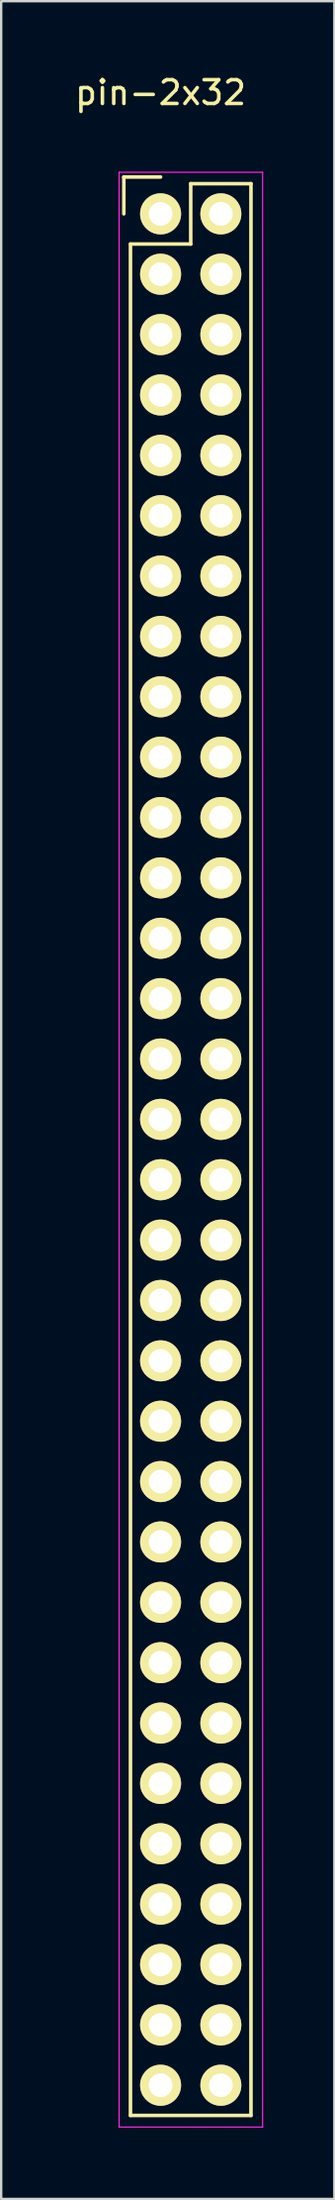
<source format=kicad_pcb>
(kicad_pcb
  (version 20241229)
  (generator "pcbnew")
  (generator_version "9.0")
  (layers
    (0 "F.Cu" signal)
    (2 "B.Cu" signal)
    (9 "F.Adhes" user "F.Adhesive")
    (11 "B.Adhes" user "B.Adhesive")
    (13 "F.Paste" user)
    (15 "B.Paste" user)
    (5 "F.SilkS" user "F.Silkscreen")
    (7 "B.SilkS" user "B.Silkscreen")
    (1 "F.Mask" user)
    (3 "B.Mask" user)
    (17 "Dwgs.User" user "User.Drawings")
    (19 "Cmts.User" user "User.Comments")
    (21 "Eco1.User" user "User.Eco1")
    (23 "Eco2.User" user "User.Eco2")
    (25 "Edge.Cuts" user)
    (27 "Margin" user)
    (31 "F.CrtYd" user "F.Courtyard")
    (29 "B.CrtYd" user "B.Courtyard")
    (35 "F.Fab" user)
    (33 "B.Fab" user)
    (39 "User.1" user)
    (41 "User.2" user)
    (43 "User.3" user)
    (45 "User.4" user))
  (footprint "pin-2x32"
    (layer "F.Cu")
    (at 3.72 5.948)
    (property "Reference" "pin-2x32" (at 0 -5.1 0) (layer "F.SilkS") (effects (font (size 1 1) (thickness 0.15))))
    (attr through_hole)
    (fp_line (start -1.55 -1.55) (end -1.55 0) (stroke (width 0.15) (type solid)) (layer "F.SilkS"))
    (fp_line (start -1.27 1.27) (end -1.27 80.01) (stroke (width 0.15) (type solid)) (layer "F.SilkS"))
    (fp_line (start 0 -1.55) (end -1.55 -1.55) (stroke (width 0.15) (type solid)) (layer "F.SilkS"))
    (fp_line (start 1.27 -1.27) (end 1.27 1.27) (stroke (width 0.15) (type solid)) (layer "F.SilkS"))
    (fp_line (start 1.27 1.27) (end -1.27 1.27) (stroke (width 0.15) (type solid)) (layer "F.SilkS"))
    (fp_line (start 3.81 -1.27) (end 1.27 -1.27) (stroke (width 0.15) (type solid)) (layer "F.SilkS"))
    (fp_line (start 3.81 80.01) (end -1.27 80.01) (stroke (width 0.15) (type solid)) (layer "F.SilkS"))
    (fp_line (start 3.81 80.01) (end 3.81 -1.27) (stroke (width 0.15) (type solid)) (layer "F.SilkS"))
    (fp_line (start -1.75 -1.75) (end -1.75 80.5) (stroke (width 0.05) (type solid)) (layer "F.CrtYd"))
    (fp_line (start -1.75 -1.75) (end 4.3 -1.75) (stroke (width 0.05) (type solid)) (layer "F.CrtYd"))
    (fp_line (start -1.75 80.5) (end 4.3 80.5) (stroke (width 0.05) (type solid)) (layer "F.CrtYd"))
    (fp_line (start 4.3 -1.75) (end 4.3 80.5) (stroke (width 0.05) (type solid)) (layer "F.CrtYd"))
    (pad "1" thru_hole oval (at 0 0) (size 1.727 1.727) (drill 1) (layers "*.Cu" "*.Mask" "F.SilkS"))
    (pad "2" thru_hole oval (at 2.54 0) (size 1.727 1.727) (drill 1) (layers "*.Cu" "*.Mask" "F.SilkS"))
    (pad "3" thru_hole oval (at 0 2.54) (size 1.727 1.727) (drill 1) (layers "*.Cu" "*.Mask" "F.SilkS"))
    (pad "4" thru_hole oval (at 2.54 2.54) (size 1.727 1.727) (drill 1) (layers "*.Cu" "*.Mask" "F.SilkS"))
    (pad "5" thru_hole oval (at 0 5.08) (size 1.727 1.727) (drill 1) (layers "*.Cu" "*.Mask" "F.SilkS"))
    (pad "6" thru_hole oval (at 2.54 5.08) (size 1.727 1.727) (drill 1) (layers "*.Cu" "*.Mask" "F.SilkS"))
    (pad "7" thru_hole oval (at 0 7.62) (size 1.727 1.727) (drill 1) (layers "*.Cu" "*.Mask" "F.SilkS"))
    (pad "8" thru_hole oval (at 2.54 7.62) (size 1.727 1.727) (drill 1) (layers "*.Cu" "*.Mask" "F.SilkS"))
    (pad "9" thru_hole oval (at 0 10.16) (size 1.727 1.727) (drill 1) (layers "*.Cu" "*.Mask" "F.SilkS"))
    (pad "10" thru_hole oval (at 2.54 10.16) (size 1.727 1.727) (drill 1) (layers "*.Cu" "*.Mask" "F.SilkS"))
    (pad "11" thru_hole oval (at 0 12.7) (size 1.727 1.727) (drill 1) (layers "*.Cu" "*.Mask" "F.SilkS"))
    (pad "12" thru_hole oval (at 2.54 12.7) (size 1.727 1.727) (drill 1) (layers "*.Cu" "*.Mask" "F.SilkS"))
    (pad "13" thru_hole oval (at 0 15.24) (size 1.727 1.727) (drill 1) (layers "*.Cu" "*.Mask" "F.SilkS"))
    (pad "14" thru_hole oval (at 2.54 15.24) (size 1.727 1.727) (drill 1) (layers "*.Cu" "*.Mask" "F.SilkS"))
    (pad "15" thru_hole oval (at 0 17.78) (size 1.727 1.727) (drill 1) (layers "*.Cu" "*.Mask" "F.SilkS"))
    (pad "16" thru_hole oval (at 2.54 17.78) (size 1.727 1.727) (drill 1) (layers "*.Cu" "*.Mask" "F.SilkS"))
    (pad "17" thru_hole oval (at 0 20.32) (size 1.727 1.727) (drill 1) (layers "*.Cu" "*.Mask" "F.SilkS"))
    (pad "18" thru_hole oval (at 2.54 20.32) (size 1.727 1.727) (drill 1) (layers "*.Cu" "*.Mask" "F.SilkS"))
    (pad "19" thru_hole oval (at 0 22.86) (size 1.727 1.727) (drill 1) (layers "*.Cu" "*.Mask" "F.SilkS"))
    (pad "20" thru_hole oval (at 2.54 22.86) (size 1.727 1.727) (drill 1) (layers "*.Cu" "*.Mask" "F.SilkS"))
    (pad "21" thru_hole oval (at 0 25.4) (size 1.727 1.727) (drill 1) (layers "*.Cu" "*.Mask" "F.SilkS"))
    (pad "22" thru_hole oval (at 2.54 25.4) (size 1.727 1.727) (drill 1) (layers "*.Cu" "*.Mask" "F.SilkS"))
    (pad "23" thru_hole oval (at 0 27.94) (size 1.727 1.727) (drill 1) (layers "*.Cu" "*.Mask" "F.SilkS"))
    (pad "24" thru_hole oval (at 2.54 27.94) (size 1.727 1.727) (drill 1) (layers "*.Cu" "*.Mask" "F.SilkS"))
    (pad "25" thru_hole oval (at 0 30.48) (size 1.727 1.727) (drill 1) (layers "*.Cu" "*.Mask" "F.SilkS"))
    (pad "26" thru_hole oval (at 2.54 30.48) (size 1.727 1.727) (drill 1) (layers "*.Cu" "*.Mask" "F.SilkS"))
    (pad "27" thru_hole oval (at 0 33.02) (size 1.727 1.727) (drill 1) (layers "*.Cu" "*.Mask" "F.SilkS"))
    (pad "28" thru_hole oval (at 2.54 33.02) (size 1.727 1.727) (drill 1) (layers "*.Cu" "*.Mask" "F.SilkS"))
    (pad "29" thru_hole oval (at 0 35.56) (size 1.727 1.727) (drill 1) (layers "*.Cu" "*.Mask" "F.SilkS"))
    (pad "30" thru_hole oval (at 2.54 35.56) (size 1.727 1.727) (drill 1) (layers "*.Cu" "*.Mask" "F.SilkS"))
    (pad "31" thru_hole oval (at 0 38.1) (size 1.727 1.727) (drill 1) (layers "*.Cu" "*.Mask" "F.SilkS"))
    (pad "32" thru_hole oval (at 2.54 38.1) (size 1.727 1.727) (drill 1) (layers "*.Cu" "*.Mask" "F.SilkS"))
    (pad "33" thru_hole oval (at 0 40.64) (size 1.727 1.727) (drill 1) (layers "*.Cu" "*.Mask" "F.SilkS"))
    (pad "34" thru_hole oval (at 2.54 40.64) (size 1.727 1.727) (drill 1) (layers "*.Cu" "*.Mask" "F.SilkS"))
    (pad "35" thru_hole oval (at 0 43.18) (size 1.727 1.727) (drill 1) (layers "*.Cu" "*.Mask" "F.SilkS"))
    (pad "36" thru_hole oval (at 2.54 43.18) (size 1.727 1.727) (drill 1) (layers "*.Cu" "*.Mask" "F.SilkS"))
    (pad "37" thru_hole oval (at 0 45.72) (size 1.727 1.727) (drill 1) (layers "*.Cu" "*.Mask" "F.SilkS"))
    (pad "38" thru_hole oval (at 2.54 45.72) (size 1.727 1.727) (drill 1) (layers "*.Cu" "*.Mask" "F.SilkS"))
    (pad "39" thru_hole oval (at 0 48.26) (size 1.727 1.727) (drill 1) (layers "*.Cu" "*.Mask" "F.SilkS"))
    (pad "40" thru_hole oval (at 2.54 48.26) (size 1.727 1.727) (drill 1) (layers "*.Cu" "*.Mask" "F.SilkS"))
    (pad "41" thru_hole oval (at 0 50.8) (size 1.727 1.727) (drill 1) (layers "*.Cu" "*.Mask" "F.SilkS"))
    (pad "42" thru_hole oval (at 2.54 50.8) (size 1.727 1.727) (drill 1) (layers "*.Cu" "*.Mask" "F.SilkS"))
    (pad "43" thru_hole oval (at 0 53.34) (size 1.727 1.727) (drill 1) (layers "*.Cu" "*.Mask" "F.SilkS"))
    (pad "44" thru_hole oval (at 2.54 53.34) (size 1.727 1.727) (drill 1) (layers "*.Cu" "*.Mask" "F.SilkS"))
    (pad "45" thru_hole oval (at 0 55.88) (size 1.727 1.727) (drill 1) (layers "*.Cu" "*.Mask" "F.SilkS"))
    (pad "46" thru_hole oval (at 2.54 55.88) (size 1.727 1.727) (drill 1) (layers "*.Cu" "*.Mask" "F.SilkS"))
    (pad "47" thru_hole oval (at 0 58.42) (size 1.727 1.727) (drill 1) (layers "*.Cu" "*.Mask" "F.SilkS"))
    (pad "48" thru_hole oval (at 2.54 58.42) (size 1.727 1.727) (drill 1) (layers "*.Cu" "*.Mask" "F.SilkS"))
    (pad "49" thru_hole oval (at 0 60.96) (size 1.727 1.727) (drill 1) (layers "*.Cu" "*.Mask" "F.SilkS"))
    (pad "50" thru_hole oval (at 2.54 60.96) (size 1.727 1.727) (drill 1) (layers "*.Cu" "*.Mask" "F.SilkS"))
    (pad "51" thru_hole oval (at 0 63.5) (size 1.727 1.727) (drill 1) (layers "*.Cu" "*.Mask" "F.SilkS"))
    (pad "52" thru_hole oval (at 2.54 63.5) (size 1.727 1.727) (drill 1) (layers "*.Cu" "*.Mask" "F.SilkS"))
    (pad "53" thru_hole oval (at 0 66.04) (size 1.727 1.727) (drill 1) (layers "*.Cu" "*.Mask" "F.SilkS"))
    (pad "54" thru_hole oval (at 2.54 66.04) (size 1.727 1.727) (drill 1) (layers "*.Cu" "*.Mask" "F.SilkS"))
    (pad "55" thru_hole oval (at 0 68.58) (size 1.727 1.727) (drill 1) (layers "*.Cu" "*.Mask" "F.SilkS"))
    (pad "56" thru_hole oval (at 2.54 68.58) (size 1.727 1.727) (drill 1) (layers "*.Cu" "*.Mask" "F.SilkS"))
    (pad "57" thru_hole oval (at 0 71.12) (size 1.727 1.727) (drill 1) (layers "*.Cu" "*.Mask" "F.SilkS"))
    (pad "58" thru_hole oval (at 2.54 71.12) (size 1.727 1.727) (drill 1) (layers "*.Cu" "*.Mask" "F.SilkS"))
    (pad "59" thru_hole oval (at 0 73.66) (size 1.727 1.727) (drill 1) (layers "*.Cu" "*.Mask" "F.SilkS"))
    (pad "60" thru_hole oval (at 2.54 73.66) (size 1.727 1.727) (drill 1) (layers "*.Cu" "*.Mask" "F.SilkS"))
    (pad "61" thru_hole oval (at 0 76.2) (size 1.727 1.727) (drill 1) (layers "*.Cu" "*.Mask" "F.SilkS"))
    (pad "62" thru_hole oval (at 2.54 76.2) (size 1.727 1.727) (drill 1) (layers "*.Cu" "*.Mask" "F.SilkS"))
    (pad "63" thru_hole oval (at 0 78.74) (size 1.727 1.727) (drill 1) (layers "*.Cu" "*.Mask" "F.SilkS"))
    (pad "64" thru_hole oval (at 2.54 78.74) (size 1.727 1.727) (drill 1) (layers "*.Cu" "*.Mask" "F.SilkS")))
  (gr_rect
    (start -3 -3)
    (end 11.045 89.473)
    (stroke (width 0.1) (type default))
    (fill no)
    (layer "Edge.Cuts")))
</source>
